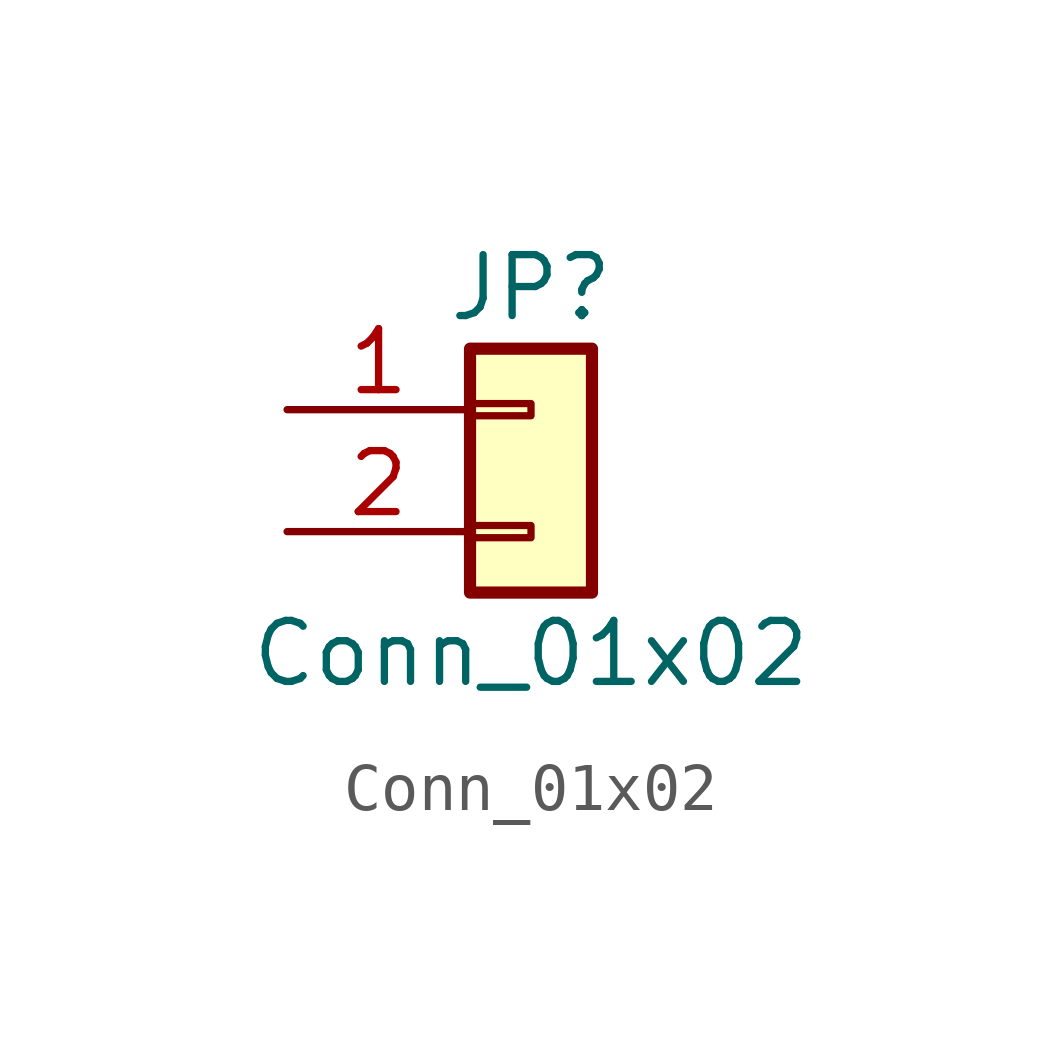
<source format=kicad_sym>
(kicad_symbol_lib
  (version 20220914)
  (generator kicad_symbol_editor)
  (symbol "Conn_01x02"
    (pin_names
      (offset 1.016) hide)
    (property "Reference" "JP"
      (at 0 2.54 0)
      (effects (font (size 1.27 1.27))))
    (property "Value" "Conn_01x02"
      (at 0 -5.08 0)
      (effects (font (size 1.27 1.27))))
    (symbol "Conn_01x02_1_1"
      (rectangle (start -1.27 -2.413) (end 0 -2.667) (stroke (width 0.152) (type default)) (fill (type none)))
      (rectangle (start -1.27 0.127) (end 0 -0.127) (stroke (width 0.152) (type default)) (fill (type none)))
      (rectangle (start -1.27 1.27) (end 1.27 -3.81) (stroke (width 0.254) (type default)) (fill (type background)))
      (pin power_out line (at -5.08 0 0) (length 3.81) (name "Pin_1" (effects (font (size 1.27 1.27)))) (number "1" (effects (font (size 1.27 1.27)))))
      (pin power_out line (at -5.08 -2.54 0) (length 3.81) (name "Pin_2" (effects (font (size 1.27 1.27)))) (number "2" (effects (font (size 1.27 1.27))))))))
</source>
